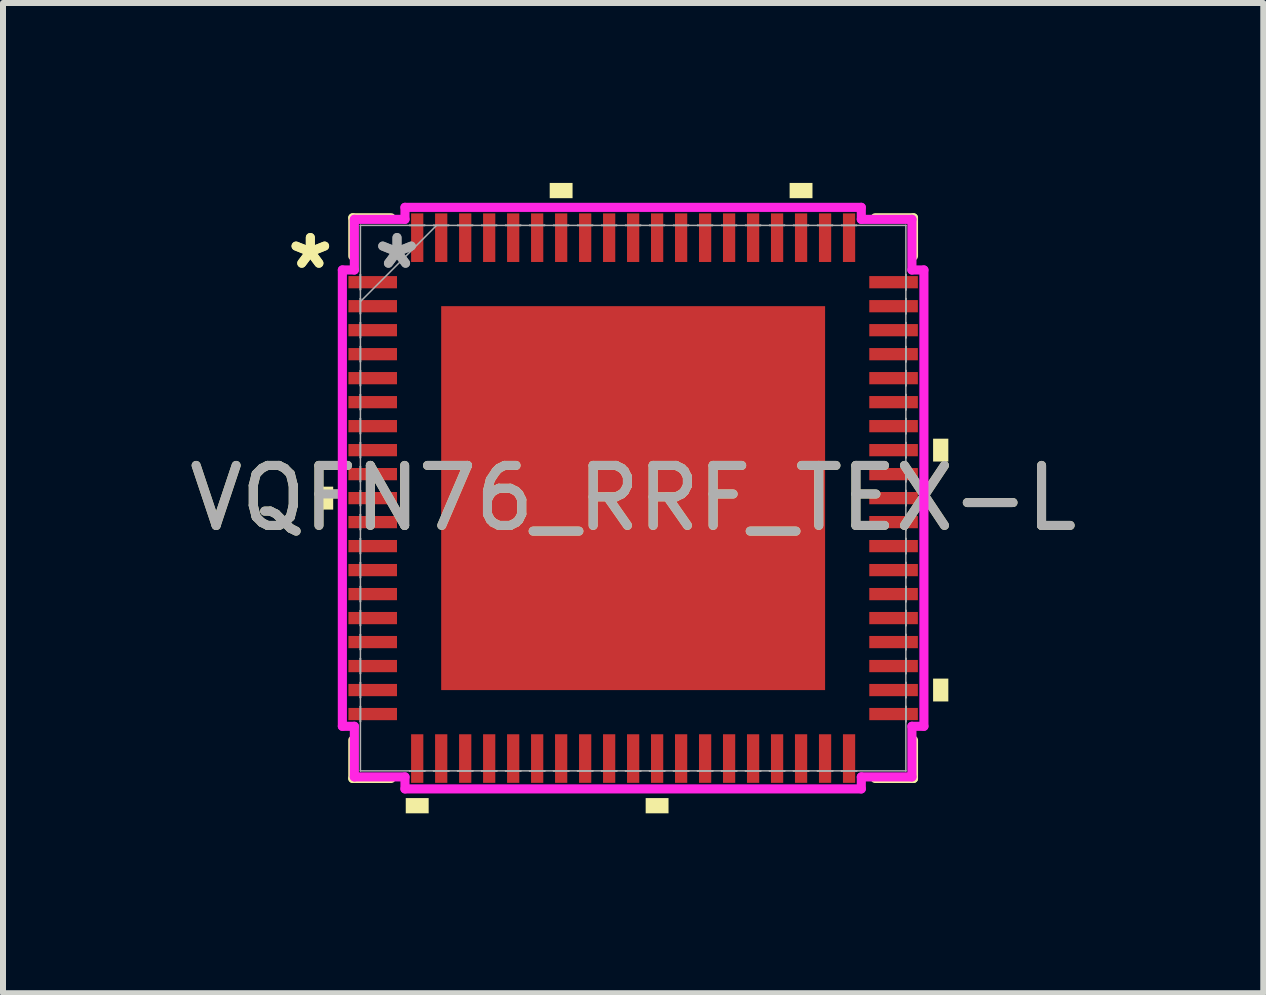
<source format=kicad_pcb>
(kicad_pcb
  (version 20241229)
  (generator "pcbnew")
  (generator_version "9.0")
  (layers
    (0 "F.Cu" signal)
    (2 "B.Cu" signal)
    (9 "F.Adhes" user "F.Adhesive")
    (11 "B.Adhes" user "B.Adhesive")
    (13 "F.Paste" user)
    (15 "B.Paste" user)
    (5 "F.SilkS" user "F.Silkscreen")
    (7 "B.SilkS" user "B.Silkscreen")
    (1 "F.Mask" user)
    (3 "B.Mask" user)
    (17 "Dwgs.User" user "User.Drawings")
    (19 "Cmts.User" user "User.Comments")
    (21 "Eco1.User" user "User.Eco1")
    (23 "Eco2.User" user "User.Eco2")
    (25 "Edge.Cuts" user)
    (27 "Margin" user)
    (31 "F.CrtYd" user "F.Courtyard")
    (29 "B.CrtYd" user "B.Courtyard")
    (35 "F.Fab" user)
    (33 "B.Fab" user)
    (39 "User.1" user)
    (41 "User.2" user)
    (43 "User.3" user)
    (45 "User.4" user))
  (footprint "VQFN76_RRF_TEX-L"
    (layer "F.Cu")
    (at 7.506 5.255)
    (property "Reference" "VQFN76_RRF_TEX-L" (at 0 0 0) (unlocked yes) (layer "F.SilkS") (effects (font (size 1 1) (thickness 0.15))))
    (attr smd)
    (fp_line (start -4.674 -4.674) (end -4.674 -4.035) (stroke (width 0.152) (type solid)) (layer "F.SilkS"))
    (fp_line (start -4.674 4.035) (end -4.674 4.674) (stroke (width 0.152) (type solid)) (layer "F.SilkS"))
    (fp_line (start -4.674 4.674) (end -4.035 4.674) (stroke (width 0.152) (type solid)) (layer "F.SilkS"))
    (fp_line (start -4.035 -4.674) (end -4.674 -4.674) (stroke (width 0.152) (type solid)) (layer "F.SilkS"))
    (fp_line (start 4.035 4.674) (end 4.674 4.674) (stroke (width 0.152) (type solid)) (layer "F.SilkS"))
    (fp_line (start 4.674 -4.674) (end 4.035 -4.674) (stroke (width 0.152) (type solid)) (layer "F.SilkS"))
    (fp_line (start 4.674 -4.035) (end 4.674 -4.674) (stroke (width 0.152) (type solid)) (layer "F.SilkS"))
    (fp_line (start 4.674 4.674) (end 4.674 4.035) (stroke (width 0.152) (type solid)) (layer "F.SilkS"))
    (fp_poly (pts (xy -5.255 -0.191) (xy -5.255 0.191) (xy -5.001 0.191) (xy -5.001 -0.191)) (stroke (width 0) (type solid)) (fill yes) (layer "F.SilkS"))
    (fp_poly (pts (xy -3.791 5.001) (xy -3.791 5.255) (xy -3.409 5.255) (xy -3.409 5.001)) (stroke (width 0) (type solid)) (fill yes) (layer "F.SilkS"))
    (fp_poly (pts (xy -1.391 -5.001) (xy -1.391 -5.255) (xy -1.01 -5.255) (xy -1.01 -5.001)) (stroke (width 0) (type solid)) (fill yes) (layer "F.SilkS"))
    (fp_poly (pts (xy 0.209 5.001) (xy 0.209 5.255) (xy 0.59 5.255) (xy 0.59 5.001)) (stroke (width 0) (type solid)) (fill yes) (layer "F.SilkS"))
    (fp_poly (pts (xy 2.609 -5.001) (xy 2.609 -5.255) (xy 2.99 -5.255) (xy 2.99 -5.001)) (stroke (width 0) (type solid)) (fill yes) (layer "F.SilkS"))
    (fp_poly (pts (xy 5.255 -0.991) (xy 5.255 -0.61) (xy 5.001 -0.61) (xy 5.001 -0.991)) (stroke (width 0) (type solid)) (fill yes) (layer "F.SilkS"))
    (fp_poly (pts (xy 5.255 3.009) (xy 5.255 3.39) (xy 5.001 3.39) (xy 5.001 3.009)) (stroke (width 0) (type solid)) (fill yes) (layer "F.SilkS"))
    (fp_poly (pts (xy -3.1 -3.1) (xy -3.1 -2.02) (xy -2.02 -2.02) (xy -2.02 -3.1)) (stroke (width 0) (type solid)) (fill yes) (layer "F.Paste"))
    (fp_poly (pts (xy -3.1 -1.82) (xy -3.1 -0.74) (xy -2.02 -0.74) (xy -2.02 -1.82)) (stroke (width 0) (type solid)) (fill yes) (layer "F.Paste"))
    (fp_poly (pts (xy -3.1 -0.54) (xy -3.1 0.54) (xy -2.02 0.54) (xy -2.02 -0.54)) (stroke (width 0) (type solid)) (fill yes) (layer "F.Paste"))
    (fp_poly (pts (xy -3.1 0.74) (xy -3.1 1.82) (xy -2.02 1.82) (xy -2.02 0.74)) (stroke (width 0) (type solid)) (fill yes) (layer "F.Paste"))
    (fp_poly (pts (xy -3.1 2.02) (xy -3.1 3.1) (xy -2.02 3.1) (xy -2.02 2.02)) (stroke (width 0) (type solid)) (fill yes) (layer "F.Paste"))
    (fp_poly (pts (xy -1.82 -3.1) (xy -1.82 -2.02) (xy -0.74 -2.02) (xy -0.74 -3.1)) (stroke (width 0) (type solid)) (fill yes) (layer "F.Paste"))
    (fp_poly (pts (xy -1.82 -1.82) (xy -1.82 -0.74) (xy -0.74 -0.74) (xy -0.74 -1.82)) (stroke (width 0) (type solid)) (fill yes) (layer "F.Paste"))
    (fp_poly (pts (xy -1.82 -0.54) (xy -1.82 0.54) (xy -0.74 0.54) (xy -0.74 -0.54)) (stroke (width 0) (type solid)) (fill yes) (layer "F.Paste"))
    (fp_poly (pts (xy -1.82 0.74) (xy -1.82 1.82) (xy -0.74 1.82) (xy -0.74 0.74)) (stroke (width 0) (type solid)) (fill yes) (layer "F.Paste"))
    (fp_poly (pts (xy -1.82 2.02) (xy -1.82 3.1) (xy -0.74 3.1) (xy -0.74 2.02)) (stroke (width 0) (type solid)) (fill yes) (layer "F.Paste"))
    (fp_poly (pts (xy -0.54 -3.1) (xy -0.54 -2.02) (xy 0.54 -2.02) (xy 0.54 -3.1)) (stroke (width 0) (type solid)) (fill yes) (layer "F.Paste"))
    (fp_poly (pts (xy -0.54 -1.82) (xy -0.54 -0.74) (xy 0.54 -0.74) (xy 0.54 -1.82)) (stroke (width 0) (type solid)) (fill yes) (layer "F.Paste"))
    (fp_poly (pts (xy -0.54 -0.54) (xy -0.54 0.54) (xy 0.54 0.54) (xy 0.54 -0.54)) (stroke (width 0) (type solid)) (fill yes) (layer "F.Paste"))
    (fp_poly (pts (xy -0.54 0.74) (xy -0.54 1.82) (xy 0.54 1.82) (xy 0.54 0.74)) (stroke (width 0) (type solid)) (fill yes) (layer "F.Paste"))
    (fp_poly (pts (xy -0.54 2.02) (xy -0.54 3.1) (xy 0.54 3.1) (xy 0.54 2.02)) (stroke (width 0) (type solid)) (fill yes) (layer "F.Paste"))
    (fp_poly (pts (xy 0.74 -3.1) (xy 0.74 -2.02) (xy 1.82 -2.02) (xy 1.82 -3.1)) (stroke (width 0) (type solid)) (fill yes) (layer "F.Paste"))
    (fp_poly (pts (xy 0.74 -1.82) (xy 0.74 -0.74) (xy 1.82 -0.74) (xy 1.82 -1.82)) (stroke (width 0) (type solid)) (fill yes) (layer "F.Paste"))
    (fp_poly (pts (xy 0.74 -0.54) (xy 0.74 0.54) (xy 1.82 0.54) (xy 1.82 -0.54)) (stroke (width 0) (type solid)) (fill yes) (layer "F.Paste"))
    (fp_poly (pts (xy 0.74 0.74) (xy 0.74 1.82) (xy 1.82 1.82) (xy 1.82 0.74)) (stroke (width 0) (type solid)) (fill yes) (layer "F.Paste"))
    (fp_poly (pts (xy 0.74 2.02) (xy 0.74 3.1) (xy 1.82 3.1) (xy 1.82 2.02)) (stroke (width 0) (type solid)) (fill yes) (layer "F.Paste"))
    (fp_poly (pts (xy 2.02 -3.1) (xy 2.02 -2.02) (xy 3.1 -2.02) (xy 3.1 -3.1)) (stroke (width 0) (type solid)) (fill yes) (layer "F.Paste"))
    (fp_poly (pts (xy 2.02 -1.82) (xy 2.02 -0.74) (xy 3.1 -0.74) (xy 3.1 -1.82)) (stroke (width 0) (type solid)) (fill yes) (layer "F.Paste"))
    (fp_poly (pts (xy 2.02 -0.54) (xy 2.02 0.54) (xy 3.1 0.54) (xy 3.1 -0.54)) (stroke (width 0) (type solid)) (fill yes) (layer "F.Paste"))
    (fp_poly (pts (xy 2.02 0.74) (xy 2.02 1.82) (xy 3.1 1.82) (xy 3.1 0.74)) (stroke (width 0) (type solid)) (fill yes) (layer "F.Paste"))
    (fp_poly (pts (xy 2.02 2.02) (xy 2.02 3.1) (xy 3.1 3.1) (xy 3.1 2.02)) (stroke (width 0) (type solid)) (fill yes) (layer "F.Paste"))
    (fp_line (start -4.848 -3.804) (end -4.648 -3.804) (stroke (width 0.152) (type solid)) (layer "F.CrtYd"))
    (fp_line (start -4.848 3.804) (end -4.848 -3.804) (stroke (width 0.152) (type solid)) (layer "F.CrtYd"))
    (fp_line (start -4.648 -4.648) (end -3.804 -4.648) (stroke (width 0.152) (type solid)) (layer "F.CrtYd"))
    (fp_line (start -4.648 -3.804) (end -4.648 -4.648) (stroke (width 0.152) (type solid)) (layer "F.CrtYd"))
    (fp_line (start -4.648 3.804) (end -4.848 3.804) (stroke (width 0.152) (type solid)) (layer "F.CrtYd"))
    (fp_line (start -4.648 4.648) (end -4.648 3.804) (stroke (width 0.152) (type solid)) (layer "F.CrtYd"))
    (fp_line (start -3.804 -4.848) (end 3.804 -4.848) (stroke (width 0.152) (type solid)) (layer "F.CrtYd"))
    (fp_line (start -3.804 -4.648) (end -3.804 -4.848) (stroke (width 0.152) (type solid)) (layer "F.CrtYd"))
    (fp_line (start -3.804 4.648) (end -4.648 4.648) (stroke (width 0.152) (type solid)) (layer "F.CrtYd"))
    (fp_line (start -3.804 4.848) (end -3.804 4.648) (stroke (width 0.152) (type solid)) (layer "F.CrtYd"))
    (fp_line (start 3.804 -4.848) (end 3.804 -4.648) (stroke (width 0.152) (type solid)) (layer "F.CrtYd"))
    (fp_line (start 3.804 -4.648) (end 4.648 -4.648) (stroke (width 0.152) (type solid)) (layer "F.CrtYd"))
    (fp_line (start 3.804 4.648) (end 3.804 4.848) (stroke (width 0.152) (type solid)) (layer "F.CrtYd"))
    (fp_line (start 3.804 4.848) (end -3.804 4.848) (stroke (width 0.152) (type solid)) (layer "F.CrtYd"))
    (fp_line (start 4.648 -4.648) (end 4.648 -3.804) (stroke (width 0.152) (type solid)) (layer "F.CrtYd"))
    (fp_line (start 4.648 -3.804) (end 4.848 -3.804) (stroke (width 0.152) (type solid)) (layer "F.CrtYd"))
    (fp_line (start 4.648 3.804) (end 4.648 4.648) (stroke (width 0.152) (type solid)) (layer "F.CrtYd"))
    (fp_line (start 4.648 4.648) (end 3.804 4.648) (stroke (width 0.152) (type solid)) (layer "F.CrtYd"))
    (fp_line (start 4.848 -3.804) (end 4.848 3.804) (stroke (width 0.152) (type solid)) (layer "F.CrtYd"))
    (fp_line (start 4.848 3.804) (end 4.648 3.804) (stroke (width 0.152) (type solid)) (layer "F.CrtYd"))
    (fp_line (start -4.547 -4.547) (end -4.547 -4.547) (stroke (width 0.025) (type solid)) (layer "F.Fab"))
    (fp_line (start -4.547 -4.547) (end -4.547 4.547) (stroke (width 0.025) (type solid)) (layer "F.Fab"))
    (fp_line (start -4.547 -3.727) (end -4.547 -3.727) (stroke (width 0.025) (type solid)) (layer "F.Fab"))
    (fp_line (start -4.547 -3.727) (end -4.547 -3.473) (stroke (width 0.025) (type solid)) (layer "F.Fab"))
    (fp_line (start -4.547 -3.473) (end -4.547 -3.727) (stroke (width 0.025) (type solid)) (layer "F.Fab"))
    (fp_line (start -4.547 -3.473) (end -4.547 -3.473) (stroke (width 0.025) (type solid)) (layer "F.Fab"))
    (fp_line (start -4.547 -3.327) (end -4.547 -3.327) (stroke (width 0.025) (type solid)) (layer "F.Fab"))
    (fp_line (start -4.547 -3.327) (end -4.547 -3.073) (stroke (width 0.025) (type solid)) (layer "F.Fab"))
    (fp_line (start -4.547 -3.277) (end -3.277 -4.547) (stroke (width 0.025) (type solid)) (layer "F.Fab"))
    (fp_line (start -4.547 -3.073) (end -4.547 -3.327) (stroke (width 0.025) (type solid)) (layer "F.Fab"))
    (fp_line (start -4.547 -3.073) (end -4.547 -3.073) (stroke (width 0.025) (type solid)) (layer "F.Fab"))
    (fp_line (start -4.547 -2.927) (end -4.547 -2.927) (stroke (width 0.025) (type solid)) (layer "F.Fab"))
    (fp_line (start -4.547 -2.927) (end -4.547 -2.673) (stroke (width 0.025) (type solid)) (layer "F.Fab"))
    (fp_line (start -4.547 -2.673) (end -4.547 -2.927) (stroke (width 0.025) (type solid)) (layer "F.Fab"))
    (fp_line (start -4.547 -2.673) (end -4.547 -2.673) (stroke (width 0.025) (type solid)) (layer "F.Fab"))
    (fp_line (start -4.547 -2.527) (end -4.547 -2.527) (stroke (width 0.025) (type solid)) (layer "F.Fab"))
    (fp_line (start -4.547 -2.527) (end -4.547 -2.273) (stroke (width 0.025) (type solid)) (layer "F.Fab"))
    (fp_line (start -4.547 -2.273) (end -4.547 -2.527) (stroke (width 0.025) (type solid)) (layer "F.Fab"))
    (fp_line (start -4.547 -2.273) (end -4.547 -2.273) (stroke (width 0.025) (type solid)) (layer "F.Fab"))
    (fp_line (start -4.547 -2.127) (end -4.547 -2.127) (stroke (width 0.025) (type solid)) (layer "F.Fab"))
    (fp_line (start -4.547 -2.127) (end -4.547 -1.873) (stroke (width 0.025) (type solid)) (layer "F.Fab"))
    (fp_line (start -4.547 -1.873) (end -4.547 -2.127) (stroke (width 0.025) (type solid)) (layer "F.Fab"))
    (fp_line (start -4.547 -1.873) (end -4.547 -1.873) (stroke (width 0.025) (type solid)) (layer "F.Fab"))
    (fp_line (start -4.547 -1.727) (end -4.547 -1.727) (stroke (width 0.025) (type solid)) (layer "F.Fab"))
    (fp_line (start -4.547 -1.727) (end -4.547 -1.473) (stroke (width 0.025) (type solid)) (layer "F.Fab"))
    (fp_line (start -4.547 -1.473) (end -4.547 -1.727) (stroke (width 0.025) (type solid)) (layer "F.Fab"))
    (fp_line (start -4.547 -1.473) (end -4.547 -1.473) (stroke (width 0.025) (type solid)) (layer "F.Fab"))
    (fp_line (start -4.547 -1.327) (end -4.547 -1.327) (stroke (width 0.025) (type solid)) (layer "F.Fab"))
    (fp_line (start -4.547 -1.327) (end -4.547 -1.073) (stroke (width 0.025) (type solid)) (layer "F.Fab"))
    (fp_line (start -4.547 -1.073) (end -4.547 -1.327) (stroke (width 0.025) (type solid)) (layer "F.Fab"))
    (fp_line (start -4.547 -1.073) (end -4.547 -1.073) (stroke (width 0.025) (type solid)) (layer "F.Fab"))
    (fp_line (start -4.547 -0.927) (end -4.547 -0.927) (stroke (width 0.025) (type solid)) (layer "F.Fab"))
    (fp_line (start -4.547 -0.927) (end -4.547 -0.673) (stroke (width 0.025) (type solid)) (layer "F.Fab"))
    (fp_line (start -4.547 -0.673) (end -4.547 -0.927) (stroke (width 0.025) (type solid)) (layer "F.Fab"))
    (fp_line (start -4.547 -0.673) (end -4.547 -0.673) (stroke (width 0.025) (type solid)) (layer "F.Fab"))
    (fp_line (start -4.547 -0.527) (end -4.547 -0.527) (stroke (width 0.025) (type solid)) (layer "F.Fab"))
    (fp_line (start -4.547 -0.527) (end -4.547 -0.273) (stroke (width 0.025) (type solid)) (layer "F.Fab"))
    (fp_line (start -4.547 -0.273) (end -4.547 -0.527) (stroke (width 0.025) (type solid)) (layer "F.Fab"))
    (fp_line (start -4.547 -0.273) (end -4.547 -0.273) (stroke (width 0.025) (type solid)) (layer "F.Fab"))
    (fp_line (start -4.547 -0.127) (end -4.547 -0.127) (stroke (width 0.025) (type solid)) (layer "F.Fab"))
    (fp_line (start -4.547 -0.127) (end -4.547 0.127) (stroke (width 0.025) (type solid)) (layer "F.Fab"))
    (fp_line (start -4.547 0.127) (end -4.547 -0.127) (stroke (width 0.025) (type solid)) (layer "F.Fab"))
    (fp_line (start -4.547 0.127) (end -4.547 0.127) (stroke (width 0.025) (type solid)) (layer "F.Fab"))
    (fp_line (start -4.547 0.273) (end -4.547 0.273) (stroke (width 0.025) (type solid)) (layer "F.Fab"))
    (fp_line (start -4.547 0.273) (end -4.547 0.527) (stroke (width 0.025) (type solid)) (layer "F.Fab"))
    (fp_line (start -4.547 0.527) (end -4.547 0.273) (stroke (width 0.025) (type solid)) (layer "F.Fab"))
    (fp_line (start -4.547 0.527) (end -4.547 0.527) (stroke (width 0.025) (type solid)) (layer "F.Fab"))
    (fp_line (start -4.547 0.673) (end -4.547 0.673) (stroke (width 0.025) (type solid)) (layer "F.Fab"))
    (fp_line (start -4.547 0.673) (end -4.547 0.927) (stroke (width 0.025) (type solid)) (layer "F.Fab"))
    (fp_line (start -4.547 0.927) (end -4.547 0.673) (stroke (width 0.025) (type solid)) (layer "F.Fab"))
    (fp_line (start -4.547 0.927) (end -4.547 0.927) (stroke (width 0.025) (type solid)) (layer "F.Fab"))
    (fp_line (start -4.547 1.073) (end -4.547 1.073) (stroke (width 0.025) (type solid)) (layer "F.Fab"))
    (fp_line (start -4.547 1.073) (end -4.547 1.327) (stroke (width 0.025) (type solid)) (layer "F.Fab"))
    (fp_line (start -4.547 1.327) (end -4.547 1.073) (stroke (width 0.025) (type solid)) (layer "F.Fab"))
    (fp_line (start -4.547 1.327) (end -4.547 1.327) (stroke (width 0.025) (type solid)) (layer "F.Fab"))
    (fp_line (start -4.547 1.473) (end -4.547 1.473) (stroke (width 0.025) (type solid)) (layer "F.Fab"))
    (fp_line (start -4.547 1.473) (end -4.547 1.727) (stroke (width 0.025) (type solid)) (layer "F.Fab"))
    (fp_line (start -4.547 1.727) (end -4.547 1.473) (stroke (width 0.025) (type solid)) (layer "F.Fab"))
    (fp_line (start -4.547 1.727) (end -4.547 1.727) (stroke (width 0.025) (type solid)) (layer "F.Fab"))
    (fp_line (start -4.547 1.873) (end -4.547 1.873) (stroke (width 0.025) (type solid)) (layer "F.Fab"))
    (fp_line (start -4.547 1.873) (end -4.547 2.127) (stroke (width 0.025) (type solid)) (layer "F.Fab"))
    (fp_line (start -4.547 2.127) (end -4.547 1.873) (stroke (width 0.025) (type solid)) (layer "F.Fab"))
    (fp_line (start -4.547 2.127) (end -4.547 2.127) (stroke (width 0.025) (type solid)) (layer "F.Fab"))
    (fp_line (start -4.547 2.273) (end -4.547 2.273) (stroke (width 0.025) (type solid)) (layer "F.Fab"))
    (fp_line (start -4.547 2.273) (end -4.547 2.527) (stroke (width 0.025) (type solid)) (layer "F.Fab"))
    (fp_line (start -4.547 2.527) (end -4.547 2.273) (stroke (width 0.025) (type solid)) (layer "F.Fab"))
    (fp_line (start -4.547 2.527) (end -4.547 2.527) (stroke (width 0.025) (type solid)) (layer "F.Fab"))
    (fp_line (start -4.547 2.673) (end -4.547 2.673) (stroke (width 0.025) (type solid)) (layer "F.Fab"))
    (fp_line (start -4.547 2.673) (end -4.547 2.927) (stroke (width 0.025) (type solid)) (layer "F.Fab"))
    (fp_line (start -4.547 2.927) (end -4.547 2.673) (stroke (width 0.025) (type solid)) (layer "F.Fab"))
    (fp_line (start -4.547 2.927) (end -4.547 2.927) (stroke (width 0.025) (type solid)) (layer "F.Fab"))
    (fp_line (start -4.547 3.073) (end -4.547 3.073) (stroke (width 0.025) (type solid)) (layer "F.Fab"))
    (fp_line (start -4.547 3.073) (end -4.547 3.327) (stroke (width 0.025) (type solid)) (layer "F.Fab"))
    (fp_line (start -4.547 3.327) (end -4.547 3.073) (stroke (width 0.025) (type solid)) (layer "F.Fab"))
    (fp_line (start -4.547 3.327) (end -4.547 3.327) (stroke (width 0.025) (type solid)) (layer "F.Fab"))
    (fp_line (start -4.547 3.473) (end -4.547 3.473) (stroke (width 0.025) (type solid)) (layer "F.Fab"))
    (fp_line (start -4.547 3.473) (end -4.547 3.727) (stroke (width 0.025) (type solid)) (layer "F.Fab"))
    (fp_line (start -4.547 3.727) (end -4.547 3.473) (stroke (width 0.025) (type solid)) (layer "F.Fab"))
    (fp_line (start -4.547 3.727) (end -4.547 3.727) (stroke (width 0.025) (type solid)) (layer "F.Fab"))
    (fp_line (start -4.547 4.547) (end -4.547 4.547) (stroke (width 0.025) (type solid)) (layer "F.Fab"))
    (fp_line (start -4.547 4.547) (end 4.547 4.547) (stroke (width 0.025) (type solid)) (layer "F.Fab"))
    (fp_line (start -3.727 -4.547) (end -3.727 -4.547) (stroke (width 0.025) (type solid)) (layer "F.Fab"))
    (fp_line (start -3.727 -4.547) (end -3.473 -4.547) (stroke (width 0.025) (type solid)) (layer "F.Fab"))
    (fp_line (start -3.727 4.547) (end -3.727 4.547) (stroke (width 0.025) (type solid)) (layer "F.Fab"))
    (fp_line (start -3.727 4.547) (end -3.473 4.547) (stroke (width 0.025) (type solid)) (layer "F.Fab"))
    (fp_line (start -3.473 -4.547) (end -3.727 -4.547) (stroke (width 0.025) (type solid)) (layer "F.Fab"))
    (fp_line (start -3.473 -4.547) (end -3.473 -4.547) (stroke (width 0.025) (type solid)) (layer "F.Fab"))
    (fp_line (start -3.473 4.547) (end -3.727 4.547) (stroke (width 0.025) (type solid)) (layer "F.Fab"))
    (fp_line (start -3.473 4.547) (end -3.473 4.547) (stroke (width 0.025) (type solid)) (layer "F.Fab"))
    (fp_line (start -3.327 -4.547) (end -3.327 -4.547) (stroke (width 0.025) (type solid)) (layer "F.Fab"))
    (fp_line (start -3.327 -4.547) (end -3.073 -4.547) (stroke (width 0.025) (type solid)) (layer "F.Fab"))
    (fp_line (start -3.327 4.547) (end -3.327 4.547) (stroke (width 0.025) (type solid)) (layer "F.Fab"))
    (fp_line (start -3.327 4.547) (end -3.073 4.547) (stroke (width 0.025) (type solid)) (layer "F.Fab"))
    (fp_line (start -3.073 -4.547) (end -3.327 -4.547) (stroke (width 0.025) (type solid)) (layer "F.Fab"))
    (fp_line (start -3.073 -4.547) (end -3.073 -4.547) (stroke (width 0.025) (type solid)) (layer "F.Fab"))
    (fp_line (start -3.073 4.547) (end -3.327 4.547) (stroke (width 0.025) (type solid)) (layer "F.Fab"))
    (fp_line (start -3.073 4.547) (end -3.073 4.547) (stroke (width 0.025) (type solid)) (layer "F.Fab"))
    (fp_line (start -2.927 -4.547) (end -2.927 -4.547) (stroke (width 0.025) (type solid)) (layer "F.Fab"))
    (fp_line (start -2.927 -4.547) (end -2.673 -4.547) (stroke (width 0.025) (type solid)) (layer "F.Fab"))
    (fp_line (start -2.927 4.547) (end -2.927 4.547) (stroke (width 0.025) (type solid)) (layer "F.Fab"))
    (fp_line (start -2.927 4.547) (end -2.673 4.547) (stroke (width 0.025) (type solid)) (layer "F.Fab"))
    (fp_line (start -2.673 -4.547) (end -2.927 -4.547) (stroke (width 0.025) (type solid)) (layer "F.Fab"))
    (fp_line (start -2.673 -4.547) (end -2.673 -4.547) (stroke (width 0.025) (type solid)) (layer "F.Fab"))
    (fp_line (start -2.673 4.547) (end -2.927 4.547) (stroke (width 0.025) (type solid)) (layer "F.Fab"))
    (fp_line (start -2.673 4.547) (end -2.673 4.547) (stroke (width 0.025) (type solid)) (layer "F.Fab"))
    (fp_line (start -2.527 -4.547) (end -2.527 -4.547) (stroke (width 0.025) (type solid)) (layer "F.Fab"))
    (fp_line (start -2.527 -4.547) (end -2.273 -4.547) (stroke (width 0.025) (type solid)) (layer "F.Fab"))
    (fp_line (start -2.527 4.547) (end -2.527 4.547) (stroke (width 0.025) (type solid)) (layer "F.Fab"))
    (fp_line (start -2.527 4.547) (end -2.273 4.547) (stroke (width 0.025) (type solid)) (layer "F.Fab"))
    (fp_line (start -2.273 -4.547) (end -2.527 -4.547) (stroke (width 0.025) (type solid)) (layer "F.Fab"))
    (fp_line (start -2.273 -4.547) (end -2.273 -4.547) (stroke (width 0.025) (type solid)) (layer "F.Fab"))
    (fp_line (start -2.273 4.547) (end -2.527 4.547) (stroke (width 0.025) (type solid)) (layer "F.Fab"))
    (fp_line (start -2.273 4.547) (end -2.273 4.547) (stroke (width 0.025) (type solid)) (layer "F.Fab"))
    (fp_line (start -2.127 -4.547) (end -2.127 -4.547) (stroke (width 0.025) (type solid)) (layer "F.Fab"))
    (fp_line (start -2.127 -4.547) (end -1.873 -4.547) (stroke (width 0.025) (type solid)) (layer "F.Fab"))
    (fp_line (start -2.127 4.547) (end -2.127 4.547) (stroke (width 0.025) (type solid)) (layer "F.Fab"))
    (fp_line (start -2.127 4.547) (end -1.873 4.547) (stroke (width 0.025) (type solid)) (layer "F.Fab"))
    (fp_line (start -1.873 -4.547) (end -2.127 -4.547) (stroke (width 0.025) (type solid)) (layer "F.Fab"))
    (fp_line (start -1.873 -4.547) (end -1.873 -4.547) (stroke (width 0.025) (type solid)) (layer "F.Fab"))
    (fp_line (start -1.873 4.547) (end -2.127 4.547) (stroke (width 0.025) (type solid)) (layer "F.Fab"))
    (fp_line (start -1.873 4.547) (end -1.873 4.547) (stroke (width 0.025) (type solid)) (layer "F.Fab"))
    (fp_line (start -1.727 -4.547) (end -1.727 -4.547) (stroke (width 0.025) (type solid)) (layer "F.Fab"))
    (fp_line (start -1.727 -4.547) (end -1.473 -4.547) (stroke (width 0.025) (type solid)) (layer "F.Fab"))
    (fp_line (start -1.727 4.547) (end -1.727 4.547) (stroke (width 0.025) (type solid)) (layer "F.Fab"))
    (fp_line (start -1.727 4.547) (end -1.473 4.547) (stroke (width 0.025) (type solid)) (layer "F.Fab"))
    (fp_line (start -1.473 -4.547) (end -1.727 -4.547) (stroke (width 0.025) (type solid)) (layer "F.Fab"))
    (fp_line (start -1.473 -4.547) (end -1.473 -4.547) (stroke (width 0.025) (type solid)) (layer "F.Fab"))
    (fp_line (start -1.473 4.547) (end -1.727 4.547) (stroke (width 0.025) (type solid)) (layer "F.Fab"))
    (fp_line (start -1.473 4.547) (end -1.473 4.547) (stroke (width 0.025) (type solid)) (layer "F.Fab"))
    (fp_line (start -1.327 -4.547) (end -1.327 -4.547) (stroke (width 0.025) (type solid)) (layer "F.Fab"))
    (fp_line (start -1.327 -4.547) (end -1.073 -4.547) (stroke (width 0.025) (type solid)) (layer "F.Fab"))
    (fp_line (start -1.327 4.547) (end -1.327 4.547) (stroke (width 0.025) (type solid)) (layer "F.Fab"))
    (fp_line (start -1.327 4.547) (end -1.073 4.547) (stroke (width 0.025) (type solid)) (layer "F.Fab"))
    (fp_line (start -1.073 -4.547) (end -1.327 -4.547) (stroke (width 0.025) (type solid)) (layer "F.Fab"))
    (fp_line (start -1.073 -4.547) (end -1.073 -4.547) (stroke (width 0.025) (type solid)) (layer "F.Fab"))
    (fp_line (start -1.073 4.547) (end -1.327 4.547) (stroke (width 0.025) (type solid)) (layer "F.Fab"))
    (fp_line (start -1.073 4.547) (end -1.073 4.547) (stroke (width 0.025) (type solid)) (layer "F.Fab"))
    (fp_line (start -0.927 -4.547) (end -0.927 -4.547) (stroke (width 0.025) (type solid)) (layer "F.Fab"))
    (fp_line (start -0.927 -4.547) (end -0.673 -4.547) (stroke (width 0.025) (type solid)) (layer "F.Fab"))
    (fp_line (start -0.927 4.547) (end -0.927 4.547) (stroke (width 0.025) (type solid)) (layer "F.Fab"))
    (fp_line (start -0.927 4.547) (end -0.673 4.547) (stroke (width 0.025) (type solid)) (layer "F.Fab"))
    (fp_line (start -0.673 -4.547) (end -0.927 -4.547) (stroke (width 0.025) (type solid)) (layer "F.Fab"))
    (fp_line (start -0.673 -4.547) (end -0.673 -4.547) (stroke (width 0.025) (type solid)) (layer "F.Fab"))
    (fp_line (start -0.673 4.547) (end -0.927 4.547) (stroke (width 0.025) (type solid)) (layer "F.Fab"))
    (fp_line (start -0.673 4.547) (end -0.673 4.547) (stroke (width 0.025) (type solid)) (layer "F.Fab"))
    (fp_line (start -0.527 -4.547) (end -0.527 -4.547) (stroke (width 0.025) (type solid)) (layer "F.Fab"))
    (fp_line (start -0.527 -4.547) (end -0.273 -4.547) (stroke (width 0.025) (type solid)) (layer "F.Fab"))
    (fp_line (start -0.527 4.547) (end -0.527 4.547) (stroke (width 0.025) (type solid)) (layer "F.Fab"))
    (fp_line (start -0.527 4.547) (end -0.273 4.547) (stroke (width 0.025) (type solid)) (layer "F.Fab"))
    (fp_line (start -0.273 -4.547) (end -0.527 -4.547) (stroke (width 0.025) (type solid)) (layer "F.Fab"))
    (fp_line (start -0.273 -4.547) (end -0.273 -4.547) (stroke (width 0.025) (type solid)) (layer "F.Fab"))
    (fp_line (start -0.273 4.547) (end -0.527 4.547) (stroke (width 0.025) (type solid)) (layer "F.Fab"))
    (fp_line (start -0.273 4.547) (end -0.273 4.547) (stroke (width 0.025) (type solid)) (layer "F.Fab"))
    (fp_line (start -0.127 -4.547) (end -0.127 -4.547) (stroke (width 0.025) (type solid)) (layer "F.Fab"))
    (fp_line (start -0.127 -4.547) (end 0.127 -4.547) (stroke (width 0.025) (type solid)) (layer "F.Fab"))
    (fp_line (start -0.127 4.547) (end -0.127 4.547) (stroke (width 0.025) (type solid)) (layer "F.Fab"))
    (fp_line (start -0.127 4.547) (end 0.127 4.547) (stroke (width 0.025) (type solid)) (layer "F.Fab"))
    (fp_line (start 0.127 -4.547) (end -0.127 -4.547) (stroke (width 0.025) (type solid)) (layer "F.Fab"))
    (fp_line (start 0.127 -4.547) (end 0.127 -4.547) (stroke (width 0.025) (type solid)) (layer "F.Fab"))
    (fp_line (start 0.127 4.547) (end -0.127 4.547) (stroke (width 0.025) (type solid)) (layer "F.Fab"))
    (fp_line (start 0.127 4.547) (end 0.127 4.547) (stroke (width 0.025) (type solid)) (layer "F.Fab"))
    (fp_line (start 0.273 -4.547) (end 0.273 -4.547) (stroke (width 0.025) (type solid)) (layer "F.Fab"))
    (fp_line (start 0.273 -4.547) (end 0.527 -4.547) (stroke (width 0.025) (type solid)) (layer "F.Fab"))
    (fp_line (start 0.273 4.547) (end 0.273 4.547) (stroke (width 0.025) (type solid)) (layer "F.Fab"))
    (fp_line (start 0.273 4.547) (end 0.527 4.547) (stroke (width 0.025) (type solid)) (layer "F.Fab"))
    (fp_line (start 0.527 -4.547) (end 0.273 -4.547) (stroke (width 0.025) (type solid)) (layer "F.Fab"))
    (fp_line (start 0.527 -4.547) (end 0.527 -4.547) (stroke (width 0.025) (type solid)) (layer "F.Fab"))
    (fp_line (start 0.527 4.547) (end 0.273 4.547) (stroke (width 0.025) (type solid)) (layer "F.Fab"))
    (fp_line (start 0.527 4.547) (end 0.527 4.547) (stroke (width 0.025) (type solid)) (layer "F.Fab"))
    (fp_line (start 0.673 -4.547) (end 0.673 -4.547) (stroke (width 0.025) (type solid)) (layer "F.Fab"))
    (fp_line (start 0.673 -4.547) (end 0.927 -4.547) (stroke (width 0.025) (type solid)) (layer "F.Fab"))
    (fp_line (start 0.673 4.547) (end 0.673 4.547) (stroke (width 0.025) (type solid)) (layer "F.Fab"))
    (fp_line (start 0.673 4.547) (end 0.927 4.547) (stroke (width 0.025) (type solid)) (layer "F.Fab"))
    (fp_line (start 0.927 -4.547) (end 0.673 -4.547) (stroke (width 0.025) (type solid)) (layer "F.Fab"))
    (fp_line (start 0.927 -4.547) (end 0.927 -4.547) (stroke (width 0.025) (type solid)) (layer "F.Fab"))
    (fp_line (start 0.927 4.547) (end 0.673 4.547) (stroke (width 0.025) (type solid)) (layer "F.Fab"))
    (fp_line (start 0.927 4.547) (end 0.927 4.547) (stroke (width 0.025) (type solid)) (layer "F.Fab"))
    (fp_line (start 1.073 -4.547) (end 1.073 -4.547) (stroke (width 0.025) (type solid)) (layer "F.Fab"))
    (fp_line (start 1.073 -4.547) (end 1.327 -4.547) (stroke (width 0.025) (type solid)) (layer "F.Fab"))
    (fp_line (start 1.073 4.547) (end 1.073 4.547) (stroke (width 0.025) (type solid)) (layer "F.Fab"))
    (fp_line (start 1.073 4.547) (end 1.327 4.547) (stroke (width 0.025) (type solid)) (layer "F.Fab"))
    (fp_line (start 1.327 -4.547) (end 1.073 -4.547) (stroke (width 0.025) (type solid)) (layer "F.Fab"))
    (fp_line (start 1.327 -4.547) (end 1.327 -4.547) (stroke (width 0.025) (type solid)) (layer "F.Fab"))
    (fp_line (start 1.327 4.547) (end 1.073 4.547) (stroke (width 0.025) (type solid)) (layer "F.Fab"))
    (fp_line (start 1.327 4.547) (end 1.327 4.547) (stroke (width 0.025) (type solid)) (layer "F.Fab"))
    (fp_line (start 1.473 -4.547) (end 1.473 -4.547) (stroke (width 0.025) (type solid)) (layer "F.Fab"))
    (fp_line (start 1.473 -4.547) (end 1.727 -4.547) (stroke (width 0.025) (type solid)) (layer "F.Fab"))
    (fp_line (start 1.473 4.547) (end 1.473 4.547) (stroke (width 0.025) (type solid)) (layer "F.Fab"))
    (fp_line (start 1.473 4.547) (end 1.727 4.547) (stroke (width 0.025) (type solid)) (layer "F.Fab"))
    (fp_line (start 1.727 -4.547) (end 1.473 -4.547) (stroke (width 0.025) (type solid)) (layer "F.Fab"))
    (fp_line (start 1.727 -4.547) (end 1.727 -4.547) (stroke (width 0.025) (type solid)) (layer "F.Fab"))
    (fp_line (start 1.727 4.547) (end 1.473 4.547) (stroke (width 0.025) (type solid)) (layer "F.Fab"))
    (fp_line (start 1.727 4.547) (end 1.727 4.547) (stroke (width 0.025) (type solid)) (layer "F.Fab"))
    (fp_line (start 1.873 -4.547) (end 1.873 -4.547) (stroke (width 0.025) (type solid)) (layer "F.Fab"))
    (fp_line (start 1.873 -4.547) (end 2.127 -4.547) (stroke (width 0.025) (type solid)) (layer "F.Fab"))
    (fp_line (start 1.873 4.547) (end 1.873 4.547) (stroke (width 0.025) (type solid)) (layer "F.Fab"))
    (fp_line (start 1.873 4.547) (end 2.127 4.547) (stroke (width 0.025) (type solid)) (layer "F.Fab"))
    (fp_line (start 2.127 -4.547) (end 1.873 -4.547) (stroke (width 0.025) (type solid)) (layer "F.Fab"))
    (fp_line (start 2.127 -4.547) (end 2.127 -4.547) (stroke (width 0.025) (type solid)) (layer "F.Fab"))
    (fp_line (start 2.127 4.547) (end 1.873 4.547) (stroke (width 0.025) (type solid)) (layer "F.Fab"))
    (fp_line (start 2.127 4.547) (end 2.127 4.547) (stroke (width 0.025) (type solid)) (layer "F.Fab"))
    (fp_line (start 2.273 -4.547) (end 2.273 -4.547) (stroke (width 0.025) (type solid)) (layer "F.Fab"))
    (fp_line (start 2.273 -4.547) (end 2.527 -4.547) (stroke (width 0.025) (type solid)) (layer "F.Fab"))
    (fp_line (start 2.273 4.547) (end 2.273 4.547) (stroke (width 0.025) (type solid)) (layer "F.Fab"))
    (fp_line (start 2.273 4.547) (end 2.527 4.547) (stroke (width 0.025) (type solid)) (layer "F.Fab"))
    (fp_line (start 2.527 -4.547) (end 2.273 -4.547) (stroke (width 0.025) (type solid)) (layer "F.Fab"))
    (fp_line (start 2.527 -4.547) (end 2.527 -4.547) (stroke (width 0.025) (type solid)) (layer "F.Fab"))
    (fp_line (start 2.527 4.547) (end 2.273 4.547) (stroke (width 0.025) (type solid)) (layer "F.Fab"))
    (fp_line (start 2.527 4.547) (end 2.527 4.547) (stroke (width 0.025) (type solid)) (layer "F.Fab"))
    (fp_line (start 2.673 -4.547) (end 2.673 -4.547) (stroke (width 0.025) (type solid)) (layer "F.Fab"))
    (fp_line (start 2.673 -4.547) (end 2.927 -4.547) (stroke (width 0.025) (type solid)) (layer "F.Fab"))
    (fp_line (start 2.673 4.547) (end 2.673 4.547) (stroke (width 0.025) (type solid)) (layer "F.Fab"))
    (fp_line (start 2.673 4.547) (end 2.927 4.547) (stroke (width 0.025) (type solid)) (layer "F.Fab"))
    (fp_line (start 2.927 -4.547) (end 2.673 -4.547) (stroke (width 0.025) (type solid)) (layer "F.Fab"))
    (fp_line (start 2.927 -4.547) (end 2.927 -4.547) (stroke (width 0.025) (type solid)) (layer "F.Fab"))
    (fp_line (start 2.927 4.547) (end 2.673 4.547) (stroke (width 0.025) (type solid)) (layer "F.Fab"))
    (fp_line (start 2.927 4.547) (end 2.927 4.547) (stroke (width 0.025) (type solid)) (layer "F.Fab"))
    (fp_line (start 3.073 -4.547) (end 3.073 -4.547) (stroke (width 0.025) (type solid)) (layer "F.Fab"))
    (fp_line (start 3.073 -4.547) (end 3.327 -4.547) (stroke (width 0.025) (type solid)) (layer "F.Fab"))
    (fp_line (start 3.073 4.547) (end 3.073 4.547) (stroke (width 0.025) (type solid)) (layer "F.Fab"))
    (fp_line (start 3.073 4.547) (end 3.327 4.547) (stroke (width 0.025) (type solid)) (layer "F.Fab"))
    (fp_line (start 3.327 -4.547) (end 3.073 -4.547) (stroke (width 0.025) (type solid)) (layer "F.Fab"))
    (fp_line (start 3.327 -4.547) (end 3.327 -4.547) (stroke (width 0.025) (type solid)) (layer "F.Fab"))
    (fp_line (start 3.327 4.547) (end 3.073 4.547) (stroke (width 0.025) (type solid)) (layer "F.Fab"))
    (fp_line (start 3.327 4.547) (end 3.327 4.547) (stroke (width 0.025) (type solid)) (layer "F.Fab"))
    (fp_line (start 3.473 -4.547) (end 3.473 -4.547) (stroke (width 0.025) (type solid)) (layer "F.Fab"))
    (fp_line (start 3.473 -4.547) (end 3.727 -4.547) (stroke (width 0.025) (type solid)) (layer "F.Fab"))
    (fp_line (start 3.473 4.547) (end 3.473 4.547) (stroke (width 0.025) (type solid)) (layer "F.Fab"))
    (fp_line (start 3.473 4.547) (end 3.727 4.547) (stroke (width 0.025) (type solid)) (layer "F.Fab"))
    (fp_line (start 3.727 -4.547) (end 3.473 -4.547) (stroke (width 0.025) (type solid)) (layer "F.Fab"))
    (fp_line (start 3.727 -4.547) (end 3.727 -4.547) (stroke (width 0.025) (type solid)) (layer "F.Fab"))
    (fp_line (start 3.727 4.547) (end 3.473 4.547) (stroke (width 0.025) (type solid)) (layer "F.Fab"))
    (fp_line (start 3.727 4.547) (end 3.727 4.547) (stroke (width 0.025) (type solid)) (layer "F.Fab"))
    (fp_line (start 4.547 -4.547) (end -4.547 -4.547) (stroke (width 0.025) (type solid)) (layer "F.Fab"))
    (fp_line (start 4.547 -4.547) (end 4.547 -4.547) (stroke (width 0.025) (type solid)) (layer "F.Fab"))
    (fp_line (start 4.547 -3.727) (end 4.547 -3.727) (stroke (width 0.025) (type solid)) (layer "F.Fab"))
    (fp_line (start 4.547 -3.727) (end 4.547 -3.473) (stroke (width 0.025) (type solid)) (layer "F.Fab"))
    (fp_line (start 4.547 -3.473) (end 4.547 -3.727) (stroke (width 0.025) (type solid)) (layer "F.Fab"))
    (fp_line (start 4.547 -3.473) (end 4.547 -3.473) (stroke (width 0.025) (type solid)) (layer "F.Fab"))
    (fp_line (start 4.547 -3.327) (end 4.547 -3.327) (stroke (width 0.025) (type solid)) (layer "F.Fab"))
    (fp_line (start 4.547 -3.327) (end 4.547 -3.073) (stroke (width 0.025) (type solid)) (layer "F.Fab"))
    (fp_line (start 4.547 -3.073) (end 4.547 -3.327) (stroke (width 0.025) (type solid)) (layer "F.Fab"))
    (fp_line (start 4.547 -3.073) (end 4.547 -3.073) (stroke (width 0.025) (type solid)) (layer "F.Fab"))
    (fp_line (start 4.547 -2.927) (end 4.547 -2.927) (stroke (width 0.025) (type solid)) (layer "F.Fab"))
    (fp_line (start 4.547 -2.927) (end 4.547 -2.673) (stroke (width 0.025) (type solid)) (layer "F.Fab"))
    (fp_line (start 4.547 -2.673) (end 4.547 -2.927) (stroke (width 0.025) (type solid)) (layer "F.Fab"))
    (fp_line (start 4.547 -2.673) (end 4.547 -2.673) (stroke (width 0.025) (type solid)) (layer "F.Fab"))
    (fp_line (start 4.547 -2.527) (end 4.547 -2.527) (stroke (width 0.025) (type solid)) (layer "F.Fab"))
    (fp_line (start 4.547 -2.527) (end 4.547 -2.273) (stroke (width 0.025) (type solid)) (layer "F.Fab"))
    (fp_line (start 4.547 -2.273) (end 4.547 -2.527) (stroke (width 0.025) (type solid)) (layer "F.Fab"))
    (fp_line (start 4.547 -2.273) (end 4.547 -2.273) (stroke (width 0.025) (type solid)) (layer "F.Fab"))
    (fp_line (start 4.547 -2.127) (end 4.547 -2.127) (stroke (width 0.025) (type solid)) (layer "F.Fab"))
    (fp_line (start 4.547 -2.127) (end 4.547 -1.873) (stroke (width 0.025) (type solid)) (layer "F.Fab"))
    (fp_line (start 4.547 -1.873) (end 4.547 -2.127) (stroke (width 0.025) (type solid)) (layer "F.Fab"))
    (fp_line (start 4.547 -1.873) (end 4.547 -1.873) (stroke (width 0.025) (type solid)) (layer "F.Fab"))
    (fp_line (start 4.547 -1.727) (end 4.547 -1.727) (stroke (width 0.025) (type solid)) (layer "F.Fab"))
    (fp_line (start 4.547 -1.727) (end 4.547 -1.473) (stroke (width 0.025) (type solid)) (layer "F.Fab"))
    (fp_line (start 4.547 -1.473) (end 4.547 -1.727) (stroke (width 0.025) (type solid)) (layer "F.Fab"))
    (fp_line (start 4.547 -1.473) (end 4.547 -1.473) (stroke (width 0.025) (type solid)) (layer "F.Fab"))
    (fp_line (start 4.547 -1.327) (end 4.547 -1.327) (stroke (width 0.025) (type solid)) (layer "F.Fab"))
    (fp_line (start 4.547 -1.327) (end 4.547 -1.073) (stroke (width 0.025) (type solid)) (layer "F.Fab"))
    (fp_line (start 4.547 -1.073) (end 4.547 -1.327) (stroke (width 0.025) (type solid)) (layer "F.Fab"))
    (fp_line (start 4.547 -1.073) (end 4.547 -1.073) (stroke (width 0.025) (type solid)) (layer "F.Fab"))
    (fp_line (start 4.547 -0.927) (end 4.547 -0.927) (stroke (width 0.025) (type solid)) (layer "F.Fab"))
    (fp_line (start 4.547 -0.927) (end 4.547 -0.673) (stroke (width 0.025) (type solid)) (layer "F.Fab"))
    (fp_line (start 4.547 -0.673) (end 4.547 -0.927) (stroke (width 0.025) (type solid)) (layer "F.Fab"))
    (fp_line (start 4.547 -0.673) (end 4.547 -0.673) (stroke (width 0.025) (type solid)) (layer "F.Fab"))
    (fp_line (start 4.547 -0.527) (end 4.547 -0.527) (stroke (width 0.025) (type solid)) (layer "F.Fab"))
    (fp_line (start 4.547 -0.527) (end 4.547 -0.273) (stroke (width 0.025) (type solid)) (layer "F.Fab"))
    (fp_line (start 4.547 -0.273) (end 4.547 -0.527) (stroke (width 0.025) (type solid)) (layer "F.Fab"))
    (fp_line (start 4.547 -0.273) (end 4.547 -0.273) (stroke (width 0.025) (type solid)) (layer "F.Fab"))
    (fp_line (start 4.547 -0.127) (end 4.547 -0.127) (stroke (width 0.025) (type solid)) (layer "F.Fab"))
    (fp_line (start 4.547 -0.127) (end 4.547 0.127) (stroke (width 0.025) (type solid)) (layer "F.Fab"))
    (fp_line (start 4.547 0.127) (end 4.547 -0.127) (stroke (width 0.025) (type solid)) (layer "F.Fab"))
    (fp_line (start 4.547 0.127) (end 4.547 0.127) (stroke (width 0.025) (type solid)) (layer "F.Fab"))
    (fp_line (start 4.547 0.273) (end 4.547 0.273) (stroke (width 0.025) (type solid)) (layer "F.Fab"))
    (fp_line (start 4.547 0.273) (end 4.547 0.527) (stroke (width 0.025) (type solid)) (layer "F.Fab"))
    (fp_line (start 4.547 0.527) (end 4.547 0.273) (stroke (width 0.025) (type solid)) (layer "F.Fab"))
    (fp_line (start 4.547 0.527) (end 4.547 0.527) (stroke (width 0.025) (type solid)) (layer "F.Fab"))
    (fp_line (start 4.547 0.673) (end 4.547 0.673) (stroke (width 0.025) (type solid)) (layer "F.Fab"))
    (fp_line (start 4.547 0.673) (end 4.547 0.927) (stroke (width 0.025) (type solid)) (layer "F.Fab"))
    (fp_line (start 4.547 0.927) (end 4.547 0.673) (stroke (width 0.025) (type solid)) (layer "F.Fab"))
    (fp_line (start 4.547 0.927) (end 4.547 0.927) (stroke (width 0.025) (type solid)) (layer "F.Fab"))
    (fp_line (start 4.547 1.073) (end 4.547 1.073) (stroke (width 0.025) (type solid)) (layer "F.Fab"))
    (fp_line (start 4.547 1.073) (end 4.547 1.327) (stroke (width 0.025) (type solid)) (layer "F.Fab"))
    (fp_line (start 4.547 1.327) (end 4.547 1.073) (stroke (width 0.025) (type solid)) (layer "F.Fab"))
    (fp_line (start 4.547 1.327) (end 4.547 1.327) (stroke (width 0.025) (type solid)) (layer "F.Fab"))
    (fp_line (start 4.547 1.473) (end 4.547 1.473) (stroke (width 0.025) (type solid)) (layer "F.Fab"))
    (fp_line (start 4.547 1.473) (end 4.547 1.727) (stroke (width 0.025) (type solid)) (layer "F.Fab"))
    (fp_line (start 4.547 1.727) (end 4.547 1.473) (stroke (width 0.025) (type solid)) (layer "F.Fab"))
    (fp_line (start 4.547 1.727) (end 4.547 1.727) (stroke (width 0.025) (type solid)) (layer "F.Fab"))
    (fp_line (start 4.547 1.873) (end 4.547 1.873) (stroke (width 0.025) (type solid)) (layer "F.Fab"))
    (fp_line (start 4.547 1.873) (end 4.547 2.127) (stroke (width 0.025) (type solid)) (layer "F.Fab"))
    (fp_line (start 4.547 2.127) (end 4.547 1.873) (stroke (width 0.025) (type solid)) (layer "F.Fab"))
    (fp_line (start 4.547 2.127) (end 4.547 2.127) (stroke (width 0.025) (type solid)) (layer "F.Fab"))
    (fp_line (start 4.547 2.273) (end 4.547 2.273) (stroke (width 0.025) (type solid)) (layer "F.Fab"))
    (fp_line (start 4.547 2.273) (end 4.547 2.527) (stroke (width 0.025) (type solid)) (layer "F.Fab"))
    (fp_line (start 4.547 2.527) (end 4.547 2.273) (stroke (width 0.025) (type solid)) (layer "F.Fab"))
    (fp_line (start 4.547 2.527) (end 4.547 2.527) (stroke (width 0.025) (type solid)) (layer "F.Fab"))
    (fp_line (start 4.547 2.673) (end 4.547 2.673) (stroke (width 0.025) (type solid)) (layer "F.Fab"))
    (fp_line (start 4.547 2.673) (end 4.547 2.927) (stroke (width 0.025) (type solid)) (layer "F.Fab"))
    (fp_line (start 4.547 2.927) (end 4.547 2.673) (stroke (width 0.025) (type solid)) (layer "F.Fab"))
    (fp_line (start 4.547 2.927) (end 4.547 2.927) (stroke (width 0.025) (type solid)) (layer "F.Fab"))
    (fp_line (start 4.547 3.073) (end 4.547 3.073) (stroke (width 0.025) (type solid)) (layer "F.Fab"))
    (fp_line (start 4.547 3.073) (end 4.547 3.327) (stroke (width 0.025) (type solid)) (layer "F.Fab"))
    (fp_line (start 4.547 3.327) (end 4.547 3.073) (stroke (width 0.025) (type solid)) (layer "F.Fab"))
    (fp_line (start 4.547 3.327) (end 4.547 3.327) (stroke (width 0.025) (type solid)) (layer "F.Fab"))
    (fp_line (start 4.547 3.473) (end 4.547 3.473) (stroke (width 0.025) (type solid)) (layer "F.Fab"))
    (fp_line (start 4.547 3.473) (end 4.547 3.727) (stroke (width 0.025) (type solid)) (layer "F.Fab"))
    (fp_line (start 4.547 3.727) (end 4.547 3.473) (stroke (width 0.025) (type solid)) (layer "F.Fab"))
    (fp_line (start 4.547 3.727) (end 4.547 3.727) (stroke (width 0.025) (type solid)) (layer "F.Fab"))
    (fp_line (start 4.547 4.547) (end 4.547 -4.547) (stroke (width 0.025) (type solid)) (layer "F.Fab"))
    (fp_line (start 4.547 4.547) (end 4.547 4.547) (stroke (width 0.025) (type solid)) (layer "F.Fab"))
    (fp_text user "*" (at -5.382 -3.8 0) (layer "F.SilkS") (effects (font (size 1 1) (thickness 0.15))))
    (fp_text user "*" (at -5.382 -3.8 0) (unlocked yes) (layer "F.SilkS") (effects (font (size 1 1) (thickness 0.15))))
    (fp_text user "*" (at -3.937 -3.8 0) (unlocked yes) (layer "F.Fab") (effects (font (size 1 1) (thickness 0.15))))
    (fp_text user "${REFERENCE}" (at 0 0 0) (unlocked yes) (layer "F.Fab") (effects (font (size 1 1) (thickness 0.15))))
    (fp_text user "*" (at -3.937 -3.8 0) (layer "F.Fab") (effects (font (size 1 1) (thickness 0.15))))
    (pad "1" smd rect (at -4.342 -3.6 90) (size 0.204 0.81) (layers "F.Cu" "F.Mask" "F.Paste"))
    (pad "2" smd rect (at -4.342 -3.2 90) (size 0.204 0.81) (layers "F.Cu" "F.Mask" "F.Paste"))
    (pad "3" smd rect (at -4.342 -2.8 90) (size 0.204 0.81) (layers "F.Cu" "F.Mask" "F.Paste"))
    (pad "4" smd rect (at -4.342 -2.4 90) (size 0.204 0.81) (layers "F.Cu" "F.Mask" "F.Paste"))
    (pad "5" smd rect (at -4.342 -2 90) (size 0.204 0.81) (layers "F.Cu" "F.Mask" "F.Paste"))
    (pad "6" smd rect (at -4.342 -1.6 90) (size 0.204 0.81) (layers "F.Cu" "F.Mask" "F.Paste"))
    (pad "7" smd rect (at -4.342 -1.2 90) (size 0.204 0.81) (layers "F.Cu" "F.Mask" "F.Paste"))
    (pad "8" smd rect (at -4.342 -0.8 90) (size 0.204 0.81) (layers "F.Cu" "F.Mask" "F.Paste"))
    (pad "9" smd rect (at -4.342 -0.4 90) (size 0.204 0.81) (layers "F.Cu" "F.Mask" "F.Paste"))
    (pad "10" smd rect (at -4.342 0 90) (size 0.204 0.81) (layers "F.Cu" "F.Mask" "F.Paste"))
    (pad "11" smd rect (at -4.342 0.4 90) (size 0.204 0.81) (layers "F.Cu" "F.Mask" "F.Paste"))
    (pad "12" smd rect (at -4.342 0.8 90) (size 0.204 0.81) (layers "F.Cu" "F.Mask" "F.Paste"))
    (pad "13" smd rect (at -4.342 1.2 90) (size 0.204 0.81) (layers "F.Cu" "F.Mask" "F.Paste"))
    (pad "14" smd rect (at -4.342 1.6 90) (size 0.204 0.81) (layers "F.Cu" "F.Mask" "F.Paste"))
    (pad "15" smd rect (at -4.342 2 90) (size 0.204 0.81) (layers "F.Cu" "F.Mask" "F.Paste"))
    (pad "16" smd rect (at -4.342 2.4 90) (size 0.204 0.81) (layers "F.Cu" "F.Mask" "F.Paste"))
    (pad "17" smd rect (at -4.342 2.8 90) (size 0.204 0.81) (layers "F.Cu" "F.Mask" "F.Paste"))
    (pad "18" smd rect (at -4.342 3.2 90) (size 0.204 0.81) (layers "F.Cu" "F.Mask" "F.Paste"))
    (pad "19" smd rect (at -4.342 3.6 90) (size 0.204 0.81) (layers "F.Cu" "F.Mask" "F.Paste"))
    (pad "20" smd rect (at -3.6 4.342) (size 0.204 0.81) (layers "F.Cu" "F.Mask" "F.Paste"))
    (pad "21" smd rect (at -3.2 4.342) (size 0.204 0.81) (layers "F.Cu" "F.Mask" "F.Paste"))
    (pad "22" smd rect (at -2.8 4.342) (size 0.204 0.81) (layers "F.Cu" "F.Mask" "F.Paste"))
    (pad "23" smd rect (at -2.4 4.342) (size 0.204 0.81) (layers "F.Cu" "F.Mask" "F.Paste"))
    (pad "24" smd rect (at -2 4.342) (size 0.204 0.81) (layers "F.Cu" "F.Mask" "F.Paste"))
    (pad "25" smd rect (at -1.6 4.342) (size 0.204 0.81) (layers "F.Cu" "F.Mask" "F.Paste"))
    (pad "26" smd rect (at -1.2 4.342) (size 0.204 0.81) (layers "F.Cu" "F.Mask" "F.Paste"))
    (pad "27" smd rect (at -0.8 4.342) (size 0.204 0.81) (layers "F.Cu" "F.Mask" "F.Paste"))
    (pad "28" smd rect (at -0.4 4.342) (size 0.204 0.81) (layers "F.Cu" "F.Mask" "F.Paste"))
    (pad "29" smd rect (at 0 4.342) (size 0.204 0.81) (layers "F.Cu" "F.Mask" "F.Paste"))
    (pad "30" smd rect (at 0.4 4.342) (size 0.204 0.81) (layers "F.Cu" "F.Mask" "F.Paste"))
    (pad "31" smd rect (at 0.8 4.342) (size 0.204 0.81) (layers "F.Cu" "F.Mask" "F.Paste"))
    (pad "32" smd rect (at 1.2 4.342) (size 0.204 0.81) (layers "F.Cu" "F.Mask" "F.Paste"))
    (pad "33" smd rect (at 1.6 4.342) (size 0.204 0.81) (layers "F.Cu" "F.Mask" "F.Paste"))
    (pad "34" smd rect (at 2 4.342) (size 0.204 0.81) (layers "F.Cu" "F.Mask" "F.Paste"))
    (pad "35" smd rect (at 2.4 4.342) (size 0.204 0.81) (layers "F.Cu" "F.Mask" "F.Paste"))
    (pad "36" smd rect (at 2.8 4.342) (size 0.204 0.81) (layers "F.Cu" "F.Mask" "F.Paste"))
    (pad "37" smd rect (at 3.2 4.342) (size 0.204 0.81) (layers "F.Cu" "F.Mask" "F.Paste"))
    (pad "38" smd rect (at 3.6 4.342) (size 0.204 0.81) (layers "F.Cu" "F.Mask" "F.Paste"))
    (pad "39" smd rect (at 4.342 3.6 90) (size 0.204 0.81) (layers "F.Cu" "F.Mask" "F.Paste"))
    (pad "40" smd rect (at 4.342 3.2 90) (size 0.204 0.81) (layers "F.Cu" "F.Mask" "F.Paste"))
    (pad "41" smd rect (at 4.342 2.8 90) (size 0.204 0.81) (layers "F.Cu" "F.Mask" "F.Paste"))
    (pad "42" smd rect (at 4.342 2.4 90) (size 0.204 0.81) (layers "F.Cu" "F.Mask" "F.Paste"))
    (pad "43" smd rect (at 4.342 2 90) (size 0.204 0.81) (layers "F.Cu" "F.Mask" "F.Paste"))
    (pad "44" smd rect (at 4.342 1.6 90) (size 0.204 0.81) (layers "F.Cu" "F.Mask" "F.Paste"))
    (pad "45" smd rect (at 4.342 1.2 90) (size 0.204 0.81) (layers "F.Cu" "F.Mask" "F.Paste"))
    (pad "46" smd rect (at 4.342 0.8 90) (size 0.204 0.81) (layers "F.Cu" "F.Mask" "F.Paste"))
    (pad "47" smd rect (at 4.342 0.4 90) (size 0.204 0.81) (layers "F.Cu" "F.Mask" "F.Paste"))
    (pad "48" smd rect (at 4.342 0 90) (size 0.204 0.81) (layers "F.Cu" "F.Mask" "F.Paste"))
    (pad "49" smd rect (at 4.342 -0.4 90) (size 0.204 0.81) (layers "F.Cu" "F.Mask" "F.Paste"))
    (pad "50" smd rect (at 4.342 -0.8 90) (size 0.204 0.81) (layers "F.Cu" "F.Mask" "F.Paste"))
    (pad "51" smd rect (at 4.342 -1.2 90) (size 0.204 0.81) (layers "F.Cu" "F.Mask" "F.Paste"))
    (pad "52" smd rect (at 4.342 -1.6 90) (size 0.204 0.81) (layers "F.Cu" "F.Mask" "F.Paste"))
    (pad "53" smd rect (at 4.342 -2 90) (size 0.204 0.81) (layers "F.Cu" "F.Mask" "F.Paste"))
    (pad "54" smd rect (at 4.342 -2.4 90) (size 0.204 0.81) (layers "F.Cu" "F.Mask" "F.Paste"))
    (pad "55" smd rect (at 4.342 -2.8 90) (size 0.204 0.81) (layers "F.Cu" "F.Mask" "F.Paste"))
    (pad "56" smd rect (at 4.342 -3.2 90) (size 0.204 0.81) (layers "F.Cu" "F.Mask" "F.Paste"))
    (pad "57" smd rect (at 4.342 -3.6 90) (size 0.204 0.81) (layers "F.Cu" "F.Mask" "F.Paste"))
    (pad "58" smd rect (at 3.6 -4.342) (size 0.204 0.81) (layers "F.Cu" "F.Mask" "F.Paste"))
    (pad "59" smd rect (at 3.2 -4.342) (size 0.204 0.81) (layers "F.Cu" "F.Mask" "F.Paste"))
    (pad "60" smd rect (at 2.8 -4.342) (size 0.204 0.81) (layers "F.Cu" "F.Mask" "F.Paste"))
    (pad "61" smd rect (at 2.4 -4.342) (size 0.204 0.81) (layers "F.Cu" "F.Mask" "F.Paste"))
    (pad "62" smd rect (at 2 -4.342) (size 0.204 0.81) (layers "F.Cu" "F.Mask" "F.Paste"))
    (pad "63" smd rect (at 1.6 -4.342) (size 0.204 0.81) (layers "F.Cu" "F.Mask" "F.Paste"))
    (pad "64" smd rect (at 1.2 -4.342) (size 0.204 0.81) (layers "F.Cu" "F.Mask" "F.Paste"))
    (pad "65" smd rect (at 0.8 -4.342) (size 0.204 0.81) (layers "F.Cu" "F.Mask" "F.Paste"))
    (pad "66" smd rect (at 0.4 -4.342) (size 0.204 0.81) (layers "F.Cu" "F.Mask" "F.Paste"))
    (pad "67" smd rect (at 0 -4.342) (size 0.204 0.81) (layers "F.Cu" "F.Mask" "F.Paste"))
    (pad "68" smd rect (at -0.4 -4.342) (size 0.204 0.81) (layers "F.Cu" "F.Mask" "F.Paste"))
    (pad "69" smd rect (at -0.8 -4.342) (size 0.204 0.81) (layers "F.Cu" "F.Mask" "F.Paste"))
    (pad "70" smd rect (at -1.2 -4.342) (size 0.204 0.81) (layers "F.Cu" "F.Mask" "F.Paste"))
    (pad "71" smd rect (at -1.6 -4.342) (size 0.204 0.81) (layers "F.Cu" "F.Mask" "F.Paste"))
    (pad "72" smd rect (at -2 -4.342) (size 0.204 0.81) (layers "F.Cu" "F.Mask" "F.Paste"))
    (pad "73" smd rect (at -2.4 -4.342) (size 0.204 0.81) (layers "F.Cu" "F.Mask" "F.Paste"))
    (pad "74" smd rect (at -2.8 -4.342) (size 0.204 0.81) (layers "F.Cu" "F.Mask" "F.Paste"))
    (pad "75" smd rect (at -3.2 -4.342) (size 0.204 0.81) (layers "F.Cu" "F.Mask" "F.Paste"))
    (pad "76" smd rect (at -3.6 -4.342) (size 0.204 0.81) (layers "F.Cu" "F.Mask" "F.Paste"))
    (pad "77" smd rect (at 0 0) (size 6.401 6.401) (layers "F.Cu" "F.Mask" "F.Paste")))
  (gr_rect
    (start -3 -3)
    (end 18.012 13.509)
    (stroke (width 0.1) (type default))
    (fill no)
    (layer "Edge.Cuts")))
</source>
